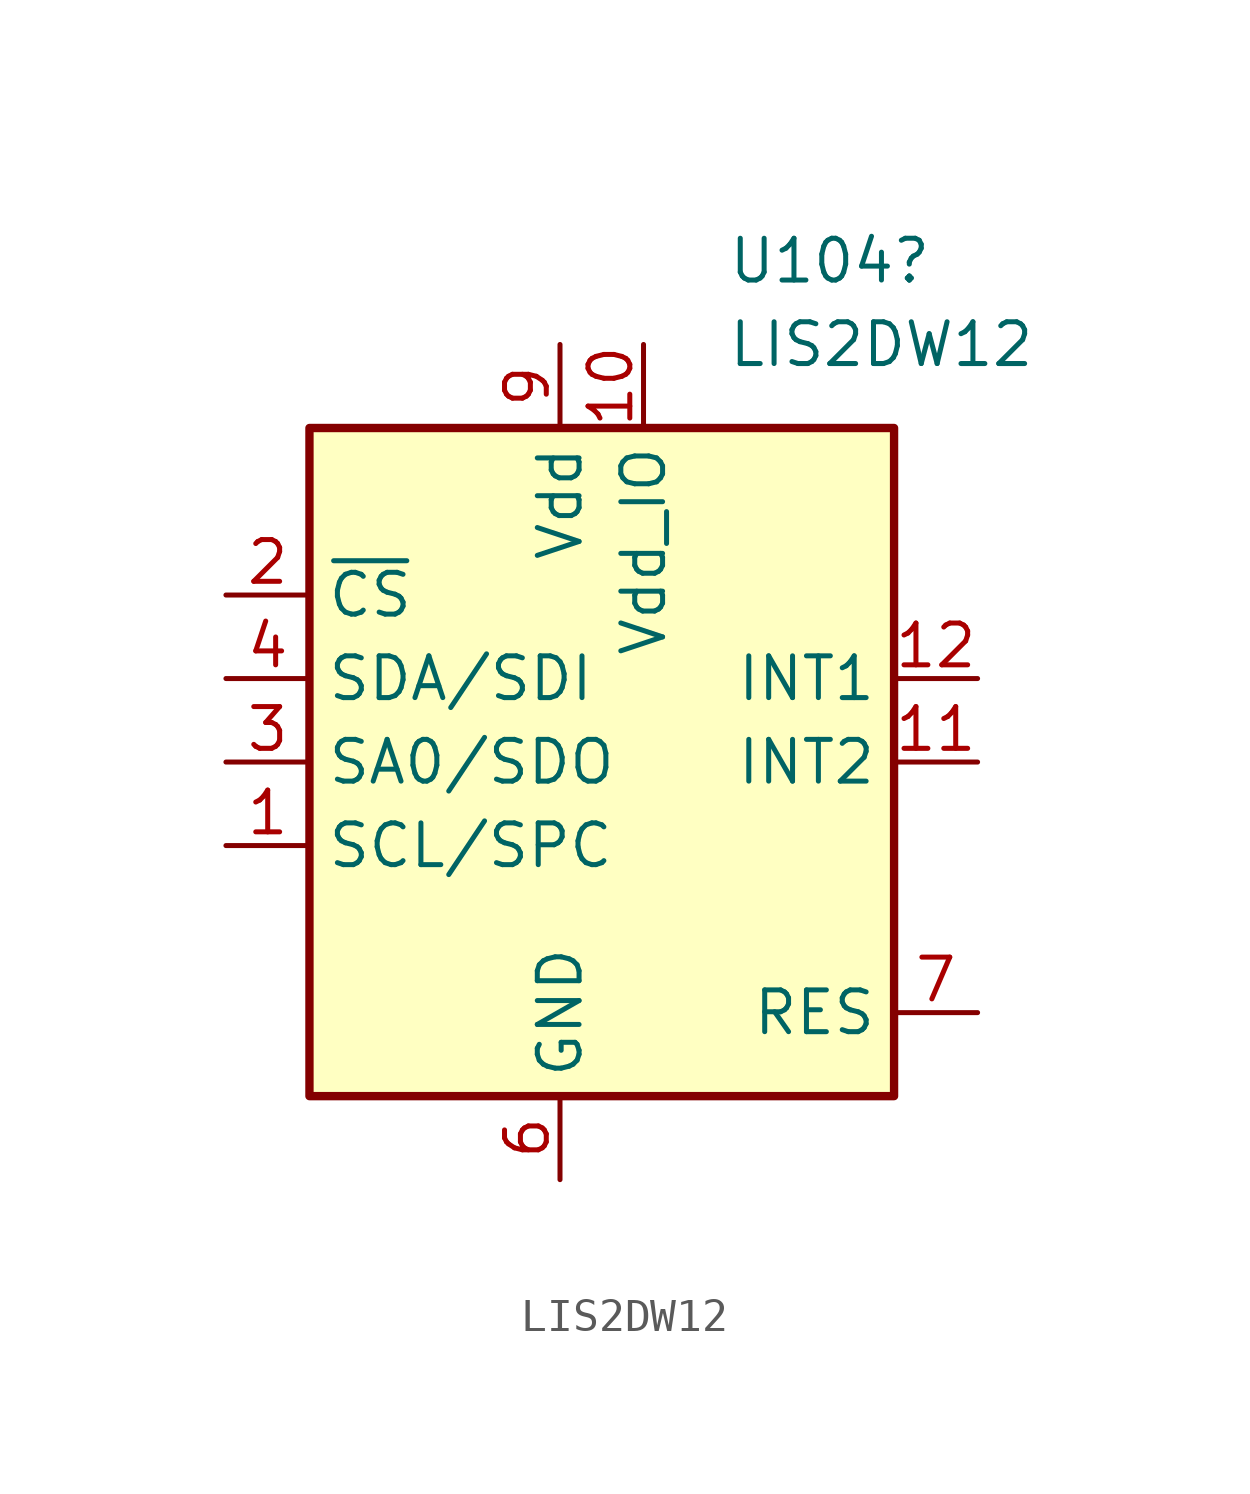
<source format=kicad_sym>
(kicad_symbol_lib
  (version 20220914)
  (generator kicad_symbol_editor)
  (symbol "LIS2DW12"
    (property "Reference" "U104"
      (at 5.08 15.24 0)
      (effects (font (size 1.27 1.27)) (justify left)))
    (property "Value" "LIS2DW12"
      (at 5.08 12.7 0)
      (effects (font (size 1.27 1.27)) (justify left)))
    (symbol "LIS2DW12_0_1"
      (rectangle (start -7.62 10.16) (end 10.16 -10.16) (stroke (width 0.254) (type default)) (fill (type background))))
    (symbol "LIS2DW12_1_1"
      (pin input line (at -10.16 -2.54 0) (length 2.54) (name "SCL/SPC" (effects (font (size 1.27 1.27)))) (number "1" (effects (font (size 1.27 1.27)))))
      (pin power_in line (at 2.54 12.7 270) (length 2.54) (name "Vdd_IO" (effects (font (size 1.27 1.27)))) (number "10" (effects (font (size 1.27 1.27)))))
      (pin output line (at 12.7 0 180) (length 2.54) (name "INT2" (effects (font (size 1.27 1.27)))) (number "11" (effects (font (size 1.27 1.27)))))
      (pin output line (at 12.7 2.54 180) (length 2.54) (name "INT1" (effects (font (size 1.27 1.27)))) (number "12" (effects (font (size 1.27 1.27)))))
      (pin input line (at -10.16 5.08 0) (length 2.54) (name "~{CS}" (effects (font (size 1.27 1.27)))) (number "2" (effects (font (size 1.27 1.27)))))
      (pin bidirectional line (at -10.16 0 0) (length 2.54) (name "SA0/SDO" (effects (font (size 1.27 1.27)))) (number "3" (effects (font (size 1.27 1.27)))))
      (pin bidirectional line (at -10.16 2.54 0) (length 2.54) (name "SDA/SDI" (effects (font (size 1.27 1.27)))) (number "4" (effects (font (size 1.27 1.27)))))
      (pin passive line (at 0 -12.7 90) (length 2.54) hide (name "NC" (effects (font (size 1.27 1.27)))) (number "5" (effects (font (size 1.27 1.27)))))
      (pin power_in line (at 0 -12.7 90) (length 2.54) (name "GND" (effects (font (size 1.27 1.27)))) (number "6" (effects (font (size 1.27 1.27)))))
      (pin passive line (at 12.7 -7.62 180) (length 2.54) (name "RES" (effects (font (size 1.27 1.27)))) (number "7" (effects (font (size 1.27 1.27)))))
      (pin passive line (at 0 -12.7 90) (length 2.54) hide (name "GND" (effects (font (size 1.27 1.27)))) (number "8" (effects (font (size 1.27 1.27)))))
      (pin power_in line (at 0 12.7 270) (length 2.54) (name "Vdd" (effects (font (size 1.27 1.27)))) (number "9" (effects (font (size 1.27 1.27))))))))
</source>
